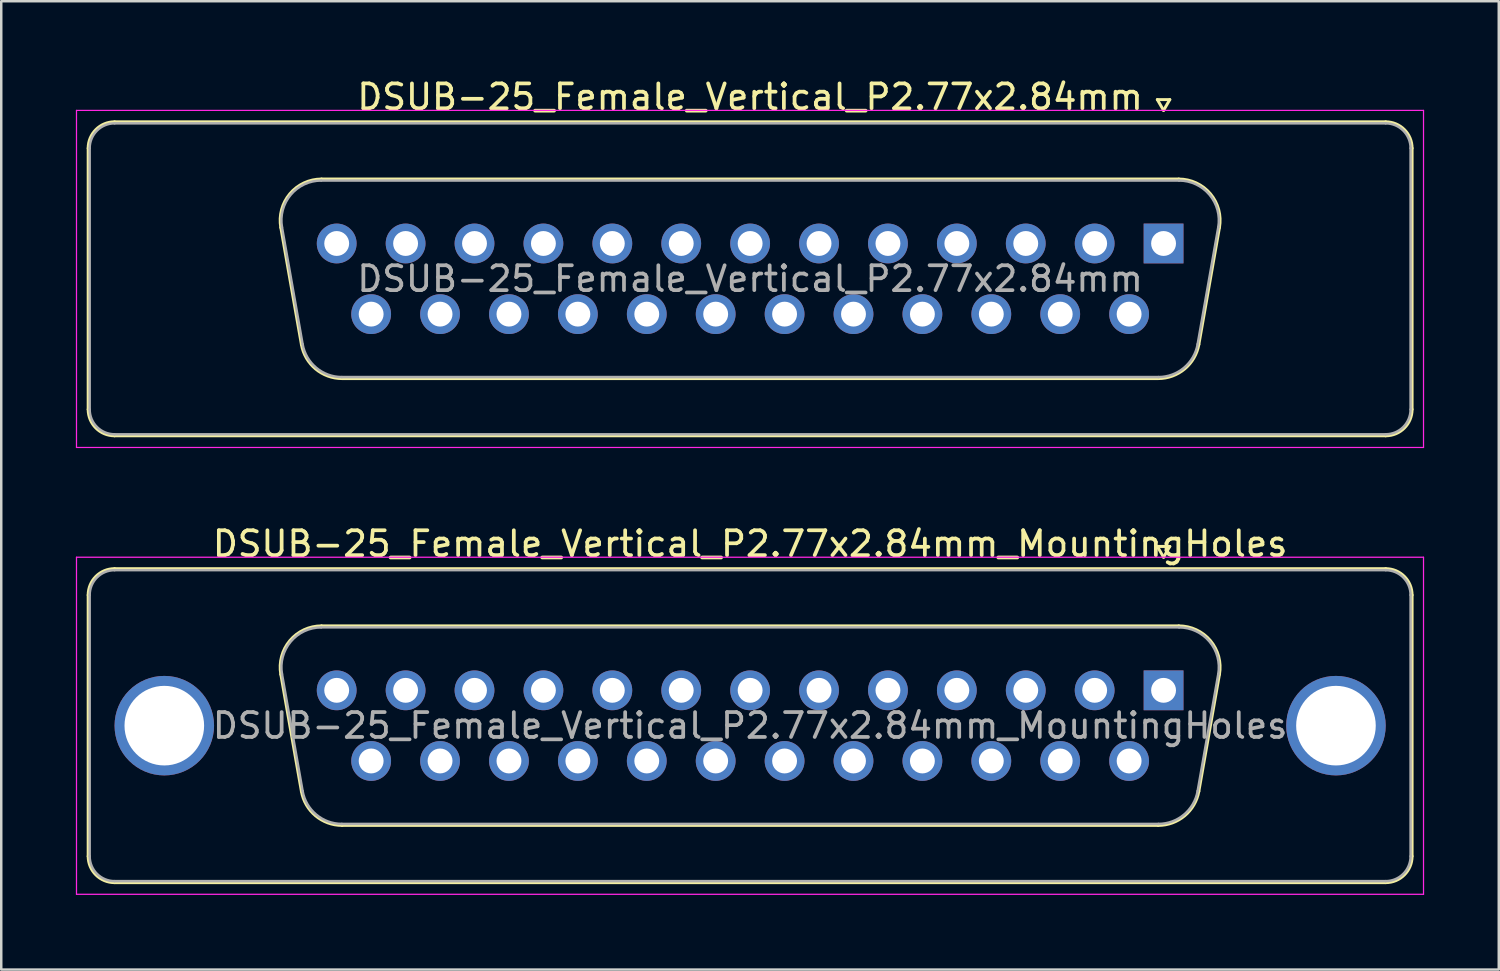
<source format=kicad_pcb>
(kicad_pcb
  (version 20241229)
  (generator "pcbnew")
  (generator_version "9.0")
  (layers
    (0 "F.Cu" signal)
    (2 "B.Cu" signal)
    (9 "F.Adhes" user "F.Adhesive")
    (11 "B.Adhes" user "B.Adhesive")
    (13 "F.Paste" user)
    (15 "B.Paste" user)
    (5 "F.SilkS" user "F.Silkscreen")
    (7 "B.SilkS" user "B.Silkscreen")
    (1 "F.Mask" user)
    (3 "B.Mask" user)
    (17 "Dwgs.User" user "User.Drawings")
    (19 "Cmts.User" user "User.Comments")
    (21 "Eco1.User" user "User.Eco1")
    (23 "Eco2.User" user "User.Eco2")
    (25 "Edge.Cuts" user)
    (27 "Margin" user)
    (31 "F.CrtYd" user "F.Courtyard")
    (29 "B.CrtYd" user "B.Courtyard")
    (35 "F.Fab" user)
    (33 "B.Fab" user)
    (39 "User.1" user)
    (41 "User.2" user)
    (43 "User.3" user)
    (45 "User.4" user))
  (footprint "DSUB-25_Female_Vertical_P2.77x2.84mm"
    (layer "F.Cu")
    (at 43.725 6.738)
    (property "Reference" "DSUB-25_Female_Vertical_P2.77x2.84mm" (at -16.62 -5.89 0) (layer "F.SilkS") (effects (font (size 1 1) (thickness 0.15))))
    (attr through_hole)
    (fp_line (start -43.23 6.67) (end -43.23 -3.83) (stroke (width 0.12) (type solid)) (layer "F.SilkS"))
    (fp_line (start -42.17 -4.89) (end 8.93 -4.89) (stroke (width 0.12) (type solid)) (layer "F.SilkS"))
    (fp_line (start -35.486 -0.642) (end -34.658 4.058) (stroke (width 0.12) (type solid)) (layer "F.SilkS"))
    (fp_line (start -33.852 -2.59) (end 0.612 -2.59) (stroke (width 0.12) (type solid)) (layer "F.SilkS"))
    (fp_line (start -33.023 5.43) (end -0.217 5.43) (stroke (width 0.12) (type solid)) (layer "F.SilkS"))
    (fp_line (start -0.25 -5.784) (end 0.25 -5.784) (stroke (width 0.12) (type solid)) (layer "F.SilkS"))
    (fp_line (start 0 -5.351) (end -0.25 -5.784) (stroke (width 0.12) (type solid)) (layer "F.SilkS"))
    (fp_line (start 0.25 -5.784) (end 0 -5.351) (stroke (width 0.12) (type solid)) (layer "F.SilkS"))
    (fp_line (start 2.246 -0.642) (end 1.418 4.058) (stroke (width 0.12) (type solid)) (layer "F.SilkS"))
    (fp_line (start 8.93 7.73) (end -42.17 7.73) (stroke (width 0.12) (type solid)) (layer "F.SilkS"))
    (fp_line (start 9.99 -3.83) (end 9.99 6.67) (stroke (width 0.12) (type solid)) (layer "F.SilkS"))
    (fp_arc (start -43.23 -3.83) (mid -42.919533 -4.579533) (end -42.17 -4.89) (stroke (width 0.12) (type solid)) (layer "F.SilkS"))
    (fp_arc (start -42.17 7.73) (mid -42.919533 7.419533) (end -43.23 6.67) (stroke (width 0.12) (type solid)) (layer "F.SilkS"))
    (fp_arc (start -35.48647 -0.641744) (mid -35.123323 -1.997028) (end -33.851689 -2.59) (stroke (width 0.12) (type solid)) (layer "F.SilkS"))
    (fp_arc (start -33.022952 5.43) (mid -34.089979 5.041634) (end -34.657733 4.058256) (stroke (width 0.12) (type solid)) (layer "F.SilkS"))
    (fp_arc (start 0.611689 -2.59) (mid 1.883323 -1.997027) (end 2.24647 -0.641744) (stroke (width 0.12) (type solid)) (layer "F.SilkS"))
    (fp_arc (start 1.417733 4.058256) (mid 0.84998 5.041634) (end -0.217048 5.43) (stroke (width 0.12) (type solid)) (layer "F.SilkS"))
    (fp_arc (start 8.93 -4.89) (mid 9.679533 -4.579533) (end 9.99 -3.83) (stroke (width 0.12) (type solid)) (layer "F.SilkS"))
    (fp_arc (start 9.99 6.67) (mid 9.679533 7.419533) (end 8.93 7.73) (stroke (width 0.12) (type solid)) (layer "F.SilkS"))
    (fp_line (start -43.7 -5.35) (end -43.7 8.2) (stroke (width 0.05) (type solid)) (layer "F.CrtYd"))
    (fp_line (start -43.7 8.2) (end 10.45 8.2) (stroke (width 0.05) (type solid)) (layer "F.CrtYd"))
    (fp_line (start 10.45 -5.35) (end -43.7 -5.35) (stroke (width 0.05) (type solid)) (layer "F.CrtYd"))
    (fp_line (start 10.45 8.2) (end 10.45 -5.35) (stroke (width 0.05) (type solid)) (layer "F.CrtYd"))
    (fp_line (start -43.17 6.67) (end -43.17 -3.83) (stroke (width 0.1) (type solid)) (layer "F.Fab"))
    (fp_line (start -42.17 -4.83) (end 8.93 -4.83) (stroke (width 0.1) (type solid)) (layer "F.Fab"))
    (fp_line (start -35.439 -0.652) (end -34.61 4.048) (stroke (width 0.1) (type solid)) (layer "F.Fab"))
    (fp_line (start -33.863 -2.53) (end 0.623 -2.53) (stroke (width 0.1) (type solid)) (layer "F.Fab"))
    (fp_line (start -33.034 5.37) (end -0.206 5.37) (stroke (width 0.1) (type solid)) (layer "F.Fab"))
    (fp_line (start 2.199 -0.652) (end 1.37 4.048) (stroke (width 0.1) (type solid)) (layer "F.Fab"))
    (fp_line (start 8.93 7.67) (end -42.17 7.67) (stroke (width 0.1) (type solid)) (layer "F.Fab"))
    (fp_line (start 9.93 -3.83) (end 9.93 6.67) (stroke (width 0.1) (type solid)) (layer "F.Fab"))
    (fp_arc (start -43.17 -3.83) (mid -42.877107 -4.537107) (end -42.17 -4.83) (stroke (width 0.1) (type solid)) (layer "F.Fab"))
    (fp_arc (start -42.17 7.67) (mid -42.877107 7.377107) (end -43.17 6.67) (stroke (width 0.1) (type solid)) (layer "F.Fab"))
    (fp_arc (start -35.438886 -0.652163) (mid -35.088865 -1.95846) (end -33.863194 -2.53) (stroke (width 0.1) (type solid)) (layer "F.Fab"))
    (fp_arc (start -33.034457 5.37) (mid -34.062917 4.995671) (end -34.610149 4.047837) (stroke (width 0.1) (type solid)) (layer "F.Fab"))
    (fp_arc (start 0.623194 -2.53) (mid 1.848865 -1.95846) (end 2.198886 -0.652163) (stroke (width 0.1) (type solid)) (layer "F.Fab"))
    (fp_arc (start 1.370149 4.047837) (mid 0.822917 4.995671) (end -0.205543 5.37) (stroke (width 0.1) (type solid)) (layer "F.Fab"))
    (fp_arc (start 8.93 -4.83) (mid 9.637107 -4.537107) (end 9.93 -3.83) (stroke (width 0.1) (type solid)) (layer "F.Fab"))
    (fp_arc (start 9.93 6.67) (mid 9.637107 7.377107) (end 8.93 7.67) (stroke (width 0.1) (type solid)) (layer "F.Fab"))
    (fp_text user "${REFERENCE}" (at -16.62 1.42 0) (layer "F.Fab") (effects (font (size 1 1) (thickness 0.15))))
    (pad "1" thru_hole rect (at 0 0) (size 1.6 1.6) (drill 1) (layers "*.Cu" "*.Mask"))
    (pad "2" thru_hole circle (at -2.77 0) (size 1.6 1.6) (drill 1) (layers "*.Cu" "*.Mask"))
    (pad "3" thru_hole circle (at -5.54 0) (size 1.6 1.6) (drill 1) (layers "*.Cu" "*.Mask"))
    (pad "4" thru_hole circle (at -8.31 0) (size 1.6 1.6) (drill 1) (layers "*.Cu" "*.Mask"))
    (pad "5" thru_hole circle (at -11.08 0) (size 1.6 1.6) (drill 1) (layers "*.Cu" "*.Mask"))
    (pad "6" thru_hole circle (at -13.85 0) (size 1.6 1.6) (drill 1) (layers "*.Cu" "*.Mask"))
    (pad "7" thru_hole circle (at -16.62 0) (size 1.6 1.6) (drill 1) (layers "*.Cu" "*.Mask"))
    (pad "8" thru_hole circle (at -19.39 0) (size 1.6 1.6) (drill 1) (layers "*.Cu" "*.Mask"))
    (pad "9" thru_hole circle (at -22.16 0) (size 1.6 1.6) (drill 1) (layers "*.Cu" "*.Mask"))
    (pad "10" thru_hole circle (at -24.93 0) (size 1.6 1.6) (drill 1) (layers "*.Cu" "*.Mask"))
    (pad "11" thru_hole circle (at -27.7 0) (size 1.6 1.6) (drill 1) (layers "*.Cu" "*.Mask"))
    (pad "12" thru_hole circle (at -30.47 0) (size 1.6 1.6) (drill 1) (layers "*.Cu" "*.Mask"))
    (pad "13" thru_hole circle (at -33.24 0) (size 1.6 1.6) (drill 1) (layers "*.Cu" "*.Mask"))
    (pad "14" thru_hole circle (at -1.385 2.84) (size 1.6 1.6) (drill 1) (layers "*.Cu" "*.Mask"))
    (pad "15" thru_hole circle (at -4.155 2.84) (size 1.6 1.6) (drill 1) (layers "*.Cu" "*.Mask"))
    (pad "16" thru_hole circle (at -6.925 2.84) (size 1.6 1.6) (drill 1) (layers "*.Cu" "*.Mask"))
    (pad "17" thru_hole circle (at -9.695 2.84) (size 1.6 1.6) (drill 1) (layers "*.Cu" "*.Mask"))
    (pad "18" thru_hole circle (at -12.465 2.84) (size 1.6 1.6) (drill 1) (layers "*.Cu" "*.Mask"))
    (pad "19" thru_hole circle (at -15.235 2.84) (size 1.6 1.6) (drill 1) (layers "*.Cu" "*.Mask"))
    (pad "20" thru_hole circle (at -18.005 2.84) (size 1.6 1.6) (drill 1) (layers "*.Cu" "*.Mask"))
    (pad "21" thru_hole circle (at -20.775 2.84) (size 1.6 1.6) (drill 1) (layers "*.Cu" "*.Mask"))
    (pad "22" thru_hole circle (at -23.545 2.84) (size 1.6 1.6) (drill 1) (layers "*.Cu" "*.Mask"))
    (pad "23" thru_hole circle (at -26.315 2.84) (size 1.6 1.6) (drill 1) (layers "*.Cu" "*.Mask"))
    (pad "24" thru_hole circle (at -29.085 2.84) (size 1.6 1.6) (drill 1) (layers "*.Cu" "*.Mask"))
    (pad "25" thru_hole circle (at -31.855 2.84) (size 1.6 1.6) (drill 1) (layers "*.Cu" "*.Mask")))
  (footprint "DSUB-25_Female_Vertical_P2.77x2.84mm_MountingHoles"
    (layer "F.Cu")
    (at 43.725 24.701)
    (property "Reference" "DSUB-25_Female_Vertical_P2.77x2.84mm_MountingHoles" (at -16.62 -5.89 0) (layer "F.SilkS") (effects (font (size 1 1) (thickness 0.15))))
    (attr through_hole)
    (fp_line (start -43.23 6.67) (end -43.23 -3.83) (stroke (width 0.12) (type solid)) (layer "F.SilkS"))
    (fp_line (start -42.17 -4.89) (end 8.93 -4.89) (stroke (width 0.12) (type solid)) (layer "F.SilkS"))
    (fp_line (start -35.486 -0.642) (end -34.658 4.058) (stroke (width 0.12) (type solid)) (layer "F.SilkS"))
    (fp_line (start -33.852 -2.59) (end 0.612 -2.59) (stroke (width 0.12) (type solid)) (layer "F.SilkS"))
    (fp_line (start -33.023 5.43) (end -0.217 5.43) (stroke (width 0.12) (type solid)) (layer "F.SilkS"))
    (fp_line (start -0.25 -5.784) (end 0.25 -5.784) (stroke (width 0.12) (type solid)) (layer "F.SilkS"))
    (fp_line (start 0 -5.351) (end -0.25 -5.784) (stroke (width 0.12) (type solid)) (layer "F.SilkS"))
    (fp_line (start 0.25 -5.784) (end 0 -5.351) (stroke (width 0.12) (type solid)) (layer "F.SilkS"))
    (fp_line (start 2.246 -0.642) (end 1.418 4.058) (stroke (width 0.12) (type solid)) (layer "F.SilkS"))
    (fp_line (start 8.93 7.73) (end -42.17 7.73) (stroke (width 0.12) (type solid)) (layer "F.SilkS"))
    (fp_line (start 9.99 -3.83) (end 9.99 6.67) (stroke (width 0.12) (type solid)) (layer "F.SilkS"))
    (fp_arc (start -43.23 -3.83) (mid -42.919533 -4.579533) (end -42.17 -4.89) (stroke (width 0.12) (type solid)) (layer "F.SilkS"))
    (fp_arc (start -42.17 7.73) (mid -42.919533 7.419533) (end -43.23 6.67) (stroke (width 0.12) (type solid)) (layer "F.SilkS"))
    (fp_arc (start -35.48647 -0.641744) (mid -35.123323 -1.997028) (end -33.851689 -2.59) (stroke (width 0.12) (type solid)) (layer "F.SilkS"))
    (fp_arc (start -33.022952 5.43) (mid -34.089979 5.041634) (end -34.657733 4.058256) (stroke (width 0.12) (type solid)) (layer "F.SilkS"))
    (fp_arc (start 0.611689 -2.59) (mid 1.883323 -1.997027) (end 2.24647 -0.641744) (stroke (width 0.12) (type solid)) (layer "F.SilkS"))
    (fp_arc (start 1.417733 4.058256) (mid 0.84998 5.041634) (end -0.217048 5.43) (stroke (width 0.12) (type solid)) (layer "F.SilkS"))
    (fp_arc (start 8.93 -4.89) (mid 9.679533 -4.579533) (end 9.99 -3.83) (stroke (width 0.12) (type solid)) (layer "F.SilkS"))
    (fp_arc (start 9.99 6.67) (mid 9.679533 7.419533) (end 8.93 7.73) (stroke (width 0.12) (type solid)) (layer "F.SilkS"))
    (fp_line (start -43.7 -5.35) (end -43.7 8.2) (stroke (width 0.05) (type solid)) (layer "F.CrtYd"))
    (fp_line (start -43.7 8.2) (end 10.45 8.2) (stroke (width 0.05) (type solid)) (layer "F.CrtYd"))
    (fp_line (start 10.45 -5.35) (end -43.7 -5.35) (stroke (width 0.05) (type solid)) (layer "F.CrtYd"))
    (fp_line (start 10.45 8.2) (end 10.45 -5.35) (stroke (width 0.05) (type solid)) (layer "F.CrtYd"))
    (fp_line (start -43.17 6.67) (end -43.17 -3.83) (stroke (width 0.1) (type solid)) (layer "F.Fab"))
    (fp_line (start -42.17 -4.83) (end 8.93 -4.83) (stroke (width 0.1) (type solid)) (layer "F.Fab"))
    (fp_line (start -35.439 -0.652) (end -34.61 4.048) (stroke (width 0.1) (type solid)) (layer "F.Fab"))
    (fp_line (start -33.863 -2.53) (end 0.623 -2.53) (stroke (width 0.1) (type solid)) (layer "F.Fab"))
    (fp_line (start -33.034 5.37) (end -0.206 5.37) (stroke (width 0.1) (type solid)) (layer "F.Fab"))
    (fp_line (start 2.199 -0.652) (end 1.37 4.048) (stroke (width 0.1) (type solid)) (layer "F.Fab"))
    (fp_line (start 8.93 7.67) (end -42.17 7.67) (stroke (width 0.1) (type solid)) (layer "F.Fab"))
    (fp_line (start 9.93 -3.83) (end 9.93 6.67) (stroke (width 0.1) (type solid)) (layer "F.Fab"))
    (fp_arc (start -43.17 -3.83) (mid -42.877107 -4.537107) (end -42.17 -4.83) (stroke (width 0.1) (type solid)) (layer "F.Fab"))
    (fp_arc (start -42.17 7.67) (mid -42.877107 7.377107) (end -43.17 6.67) (stroke (width 0.1) (type solid)) (layer "F.Fab"))
    (fp_arc (start -35.438886 -0.652163) (mid -35.088865 -1.95846) (end -33.863194 -2.53) (stroke (width 0.1) (type solid)) (layer "F.Fab"))
    (fp_arc (start -33.034457 5.37) (mid -34.062917 4.995671) (end -34.610149 4.047837) (stroke (width 0.1) (type solid)) (layer "F.Fab"))
    (fp_arc (start 0.623194 -2.53) (mid 1.848865 -1.95846) (end 2.198886 -0.652163) (stroke (width 0.1) (type solid)) (layer "F.Fab"))
    (fp_arc (start 1.370149 4.047837) (mid 0.822917 4.995671) (end -0.205543 5.37) (stroke (width 0.1) (type solid)) (layer "F.Fab"))
    (fp_arc (start 8.93 -4.83) (mid 9.637107 -4.537107) (end 9.93 -3.83) (stroke (width 0.1) (type solid)) (layer "F.Fab"))
    (fp_arc (start 9.93 6.67) (mid 9.637107 7.377107) (end 8.93 7.67) (stroke (width 0.1) (type solid)) (layer "F.Fab"))
    (fp_text user "${REFERENCE}" (at -16.62 1.42 0) (layer "F.Fab") (effects (font (size 1 1) (thickness 0.15))))
    (pad "0" thru_hole circle (at -40.17 1.42) (size 4 4) (drill 3.2) (layers "*.Cu" "*.Mask"))
    (pad "0" thru_hole circle (at 6.93 1.42) (size 4 4) (drill 3.2) (layers "*.Cu" "*.Mask"))
    (pad "1" thru_hole rect (at 0 0) (size 1.6 1.6) (drill 1) (layers "*.Cu" "*.Mask"))
    (pad "2" thru_hole circle (at -2.77 0) (size 1.6 1.6) (drill 1) (layers "*.Cu" "*.Mask"))
    (pad "3" thru_hole circle (at -5.54 0) (size 1.6 1.6) (drill 1) (layers "*.Cu" "*.Mask"))
    (pad "4" thru_hole circle (at -8.31 0) (size 1.6 1.6) (drill 1) (layers "*.Cu" "*.Mask"))
    (pad "5" thru_hole circle (at -11.08 0) (size 1.6 1.6) (drill 1) (layers "*.Cu" "*.Mask"))
    (pad "6" thru_hole circle (at -13.85 0) (size 1.6 1.6) (drill 1) (layers "*.Cu" "*.Mask"))
    (pad "7" thru_hole circle (at -16.62 0) (size 1.6 1.6) (drill 1) (layers "*.Cu" "*.Mask"))
    (pad "8" thru_hole circle (at -19.39 0) (size 1.6 1.6) (drill 1) (layers "*.Cu" "*.Mask"))
    (pad "9" thru_hole circle (at -22.16 0) (size 1.6 1.6) (drill 1) (layers "*.Cu" "*.Mask"))
    (pad "10" thru_hole circle (at -24.93 0) (size 1.6 1.6) (drill 1) (layers "*.Cu" "*.Mask"))
    (pad "11" thru_hole circle (at -27.7 0) (size 1.6 1.6) (drill 1) (layers "*.Cu" "*.Mask"))
    (pad "12" thru_hole circle (at -30.47 0) (size 1.6 1.6) (drill 1) (layers "*.Cu" "*.Mask"))
    (pad "13" thru_hole circle (at -33.24 0) (size 1.6 1.6) (drill 1) (layers "*.Cu" "*.Mask"))
    (pad "14" thru_hole circle (at -1.385 2.84) (size 1.6 1.6) (drill 1) (layers "*.Cu" "*.Mask"))
    (pad "15" thru_hole circle (at -4.155 2.84) (size 1.6 1.6) (drill 1) (layers "*.Cu" "*.Mask"))
    (pad "16" thru_hole circle (at -6.925 2.84) (size 1.6 1.6) (drill 1) (layers "*.Cu" "*.Mask"))
    (pad "17" thru_hole circle (at -9.695 2.84) (size 1.6 1.6) (drill 1) (layers "*.Cu" "*.Mask"))
    (pad "18" thru_hole circle (at -12.465 2.84) (size 1.6 1.6) (drill 1) (layers "*.Cu" "*.Mask"))
    (pad "19" thru_hole circle (at -15.235 2.84) (size 1.6 1.6) (drill 1) (layers "*.Cu" "*.Mask"))
    (pad "20" thru_hole circle (at -18.005 2.84) (size 1.6 1.6) (drill 1) (layers "*.Cu" "*.Mask"))
    (pad "21" thru_hole circle (at -20.775 2.84) (size 1.6 1.6) (drill 1) (layers "*.Cu" "*.Mask"))
    (pad "22" thru_hole circle (at -23.545 2.84) (size 1.6 1.6) (drill 1) (layers "*.Cu" "*.Mask"))
    (pad "23" thru_hole circle (at -26.315 2.84) (size 1.6 1.6) (drill 1) (layers "*.Cu" "*.Mask"))
    (pad "24" thru_hole circle (at -29.085 2.84) (size 1.6 1.6) (drill 1) (layers "*.Cu" "*.Mask"))
    (pad "25" thru_hole circle (at -31.855 2.84) (size 1.6 1.6) (drill 1) (layers "*.Cu" "*.Mask")))
  (gr_rect
    (start -3 -3)
    (end 57.2 35.926)
    (stroke (width 0.1) (type default))
    (fill no)
    (layer "Edge.Cuts")))
</source>
